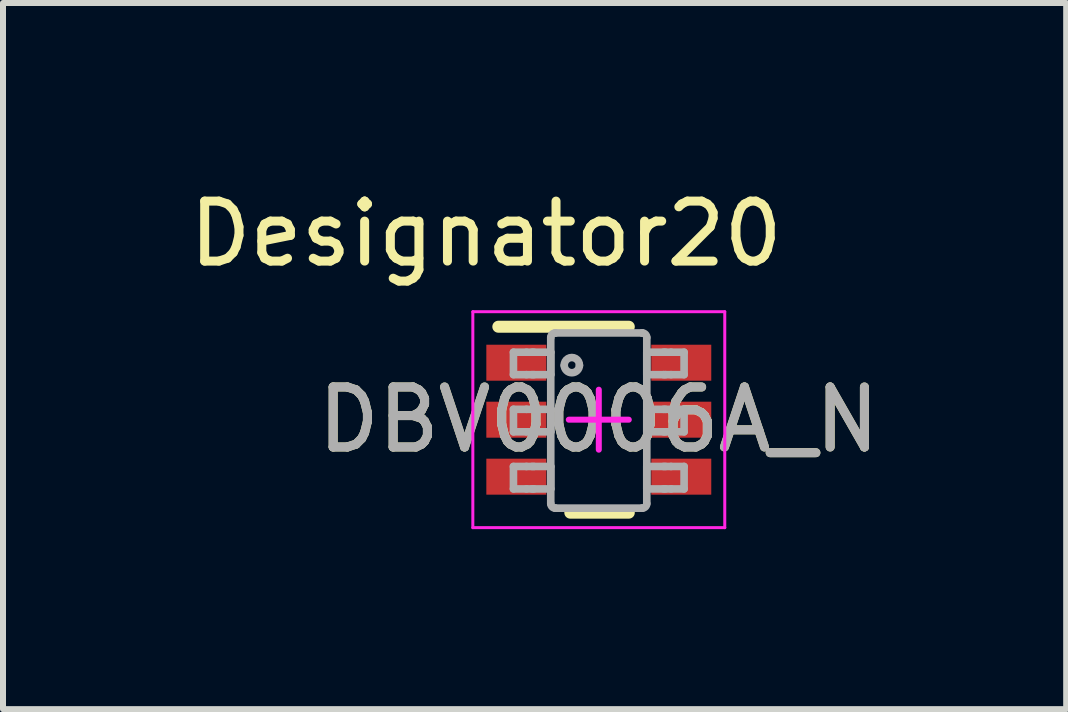
<source format=kicad_pcb>
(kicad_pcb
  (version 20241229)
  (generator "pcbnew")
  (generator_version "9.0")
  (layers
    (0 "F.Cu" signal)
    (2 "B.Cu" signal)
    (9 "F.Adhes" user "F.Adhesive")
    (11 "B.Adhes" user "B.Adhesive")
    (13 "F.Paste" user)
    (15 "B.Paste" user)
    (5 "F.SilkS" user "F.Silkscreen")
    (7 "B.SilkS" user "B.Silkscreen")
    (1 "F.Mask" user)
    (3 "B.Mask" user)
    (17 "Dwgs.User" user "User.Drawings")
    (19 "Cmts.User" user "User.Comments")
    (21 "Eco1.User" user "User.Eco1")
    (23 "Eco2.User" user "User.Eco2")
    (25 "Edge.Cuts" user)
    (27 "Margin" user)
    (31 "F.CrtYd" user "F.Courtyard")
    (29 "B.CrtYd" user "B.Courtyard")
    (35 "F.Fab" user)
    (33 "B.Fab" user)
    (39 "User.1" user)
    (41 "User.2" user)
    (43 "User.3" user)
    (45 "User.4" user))
  (footprint "DBV0006A_N"
    (layer "F.Cu")
    (at 6.933 3.947)
    (property "Reference" "DBV0006A_N" (at 0 0 0) (unlocked yes) (layer "F.SilkS") (effects (font (size 1 1) (thickness 0.15))))
    (attr smd)
    (fp_line (start -1.675 -1.55) (end 0.5 -1.55) (stroke (width 0.2) (type solid)) (layer "F.SilkS"))
    (fp_line (start -0.475 1.55) (end 0.5 1.55) (stroke (width 0.2) (type solid)) (layer "F.SilkS"))
    (fp_line (start -2.1 -1.8) (end 2.1 -1.8) (stroke (width 0.05) (type solid)) (layer "F.CrtYd"))
    (fp_line (start -2.1 1.8) (end -2.1 -1.8) (stroke (width 0.05) (type solid)) (layer "F.CrtYd"))
    (fp_line (start -2.1 1.8) (end 2.1 1.8) (stroke (width 0.05) (type solid)) (layer "F.CrtYd"))
    (fp_line (start -0.5 0) (end 0.5 0) (stroke (width 0.1) (type solid)) (layer "F.CrtYd"))
    (fp_line (start 0 0.5) (end 0 -0.5) (stroke (width 0.1) (type solid)) (layer "F.CrtYd"))
    (fp_line (start 2.1 1.8) (end 2.1 -1.8) (stroke (width 0.05) (type solid)) (layer "F.CrtYd"))
    (fp_line (start -1.423 -1.125) (end -1.206 -1.125) (stroke (width 0.127) (type solid)) (layer "F.Fab"))
    (fp_line (start -1.423 -0.751) (end -1.423 -1.125) (stroke (width 0.127) (type solid)) (layer "F.Fab"))
    (fp_line (start -1.423 -0.751) (end -1.206 -0.751) (stroke (width 0.127) (type solid)) (layer "F.Fab"))
    (fp_line (start -1.423 -0.173) (end -1.206 -0.173) (stroke (width 0.127) (type solid)) (layer "F.Fab"))
    (fp_line (start -1.423 0.202) (end -1.423 -0.173) (stroke (width 0.127) (type solid)) (layer "F.Fab"))
    (fp_line (start -1.423 0.202) (end -1.206 0.202) (stroke (width 0.127) (type solid)) (layer "F.Fab"))
    (fp_line (start -1.423 0.78) (end -1.206 0.78) (stroke (width 0.127) (type solid)) (layer "F.Fab"))
    (fp_line (start -1.423 1.154) (end -1.423 0.78) (stroke (width 0.127) (type solid)) (layer "F.Fab"))
    (fp_line (start -1.423 1.154) (end -1.206 1.154) (stroke (width 0.127) (type solid)) (layer "F.Fab"))
    (fp_line (start -1.206 -1.125) (end -1.113 -1.125) (stroke (width 0.127) (type solid)) (layer "F.Fab"))
    (fp_line (start -1.206 -0.751) (end -1.113 -0.751) (stroke (width 0.127) (type solid)) (layer "F.Fab"))
    (fp_line (start -1.206 -0.173) (end -1.113 -0.173) (stroke (width 0.127) (type solid)) (layer "F.Fab"))
    (fp_line (start -1.206 0.202) (end -1.113 0.202) (stroke (width 0.127) (type solid)) (layer "F.Fab"))
    (fp_line (start -1.206 0.78) (end -1.113 0.78) (stroke (width 0.127) (type solid)) (layer "F.Fab"))
    (fp_line (start -1.206 1.154) (end -1.113 1.154) (stroke (width 0.127) (type solid)) (layer "F.Fab"))
    (fp_line (start -1.113 -1.125) (end -1.081 -1.125) (stroke (width 0.127) (type solid)) (layer "F.Fab"))
    (fp_line (start -1.113 -0.751) (end -1.081 -0.751) (stroke (width 0.127) (type solid)) (layer "F.Fab"))
    (fp_line (start -1.113 -0.173) (end -1.081 -0.173) (stroke (width 0.127) (type solid)) (layer "F.Fab"))
    (fp_line (start -1.113 0.202) (end -1.081 0.202) (stroke (width 0.127) (type solid)) (layer "F.Fab"))
    (fp_line (start -1.113 0.78) (end -1.081 0.78) (stroke (width 0.127) (type solid)) (layer "F.Fab"))
    (fp_line (start -1.113 1.154) (end -1.081 1.154) (stroke (width 0.127) (type solid)) (layer "F.Fab"))
    (fp_line (start -1.081 -1.125) (end -0.828 -1.125) (stroke (width 0.127) (type solid)) (layer "F.Fab"))
    (fp_line (start -1.081 -0.751) (end -0.828 -0.751) (stroke (width 0.127) (type solid)) (layer "F.Fab"))
    (fp_line (start -1.081 -0.173) (end -0.828 -0.173) (stroke (width 0.127) (type solid)) (layer "F.Fab"))
    (fp_line (start -1.081 0.202) (end -0.828 0.202) (stroke (width 0.127) (type solid)) (layer "F.Fab"))
    (fp_line (start -1.081 0.78) (end -0.828 0.78) (stroke (width 0.127) (type solid)) (layer "F.Fab"))
    (fp_line (start -1.081 1.154) (end -0.828 1.154) (stroke (width 0.127) (type solid)) (layer "F.Fab"))
    (fp_line (start -0.828 -1.125) (end -0.801 -1.125) (stroke (width 0.127) (type solid)) (layer "F.Fab"))
    (fp_line (start -0.828 -0.751) (end -0.801 -0.751) (stroke (width 0.127) (type solid)) (layer "F.Fab"))
    (fp_line (start -0.828 -0.173) (end -0.801 -0.173) (stroke (width 0.127) (type solid)) (layer "F.Fab"))
    (fp_line (start -0.828 0.202) (end -0.801 0.202) (stroke (width 0.127) (type solid)) (layer "F.Fab"))
    (fp_line (start -0.828 0.78) (end -0.801 0.78) (stroke (width 0.127) (type solid)) (layer "F.Fab"))
    (fp_line (start -0.828 1.154) (end -0.801 1.154) (stroke (width 0.127) (type solid)) (layer "F.Fab"))
    (fp_line (start -0.801 -0.751) (end -0.801 -1.125) (stroke (width 0.127) (type solid)) (layer "F.Fab"))
    (fp_line (start -0.801 0.202) (end -0.801 -0.173) (stroke (width 0.127) (type solid)) (layer "F.Fab"))
    (fp_line (start -0.801 1.154) (end -0.801 0.78) (stroke (width 0.127) (type solid)) (layer "F.Fab"))
    (fp_line (start -0.801 1.399) (end -0.801 -1.37) (stroke (width 0.127) (type solid)) (layer "F.Fab"))
    (fp_line (start -0.725 -1.446) (end -0.724 -1.446) (stroke (width 0.127) (type solid)) (layer "F.Fab"))
    (fp_line (start -0.725 1.475) (end -0.724 1.475) (stroke (width 0.127) (type solid)) (layer "F.Fab"))
    (fp_line (start -0.724 -1.446) (end 0.723 -1.446) (stroke (width 0.127) (type solid)) (layer "F.Fab"))
    (fp_line (start -0.724 1.475) (end 0.723 1.475) (stroke (width 0.127) (type solid)) (layer "F.Fab"))
    (fp_line (start 0.723 -1.446) (end 0.724 -1.446) (stroke (width 0.127) (type solid)) (layer "F.Fab"))
    (fp_line (start 0.723 1.475) (end 0.724 1.475) (stroke (width 0.127) (type solid)) (layer "F.Fab"))
    (fp_line (start 0.8 -1.125) (end 0.827 -1.125) (stroke (width 0.127) (type solid)) (layer "F.Fab"))
    (fp_line (start 0.8 -0.751) (end 0.8 -1.125) (stroke (width 0.127) (type solid)) (layer "F.Fab"))
    (fp_line (start 0.8 -0.751) (end 0.827 -0.751) (stroke (width 0.127) (type solid)) (layer "F.Fab"))
    (fp_line (start 0.8 -0.173) (end 0.827 -0.173) (stroke (width 0.127) (type solid)) (layer "F.Fab"))
    (fp_line (start 0.8 0.202) (end 0.8 -0.173) (stroke (width 0.127) (type solid)) (layer "F.Fab"))
    (fp_line (start 0.8 0.202) (end 0.827 0.202) (stroke (width 0.127) (type solid)) (layer "F.Fab"))
    (fp_line (start 0.8 0.78) (end 0.827 0.78) (stroke (width 0.127) (type solid)) (layer "F.Fab"))
    (fp_line (start 0.8 1.154) (end 0.8 0.78) (stroke (width 0.127) (type solid)) (layer "F.Fab"))
    (fp_line (start 0.8 1.154) (end 0.827 1.154) (stroke (width 0.127) (type solid)) (layer "F.Fab"))
    (fp_line (start 0.8 1.399) (end 0.8 -1.37) (stroke (width 0.127) (type solid)) (layer "F.Fab"))
    (fp_line (start 0.827 -1.125) (end 1.08 -1.125) (stroke (width 0.127) (type solid)) (layer "F.Fab"))
    (fp_line (start 0.827 -0.751) (end 1.08 -0.751) (stroke (width 0.127) (type solid)) (layer "F.Fab"))
    (fp_line (start 0.827 -0.173) (end 1.08 -0.173) (stroke (width 0.127) (type solid)) (layer "F.Fab"))
    (fp_line (start 0.827 0.202) (end 1.08 0.202) (stroke (width 0.127) (type solid)) (layer "F.Fab"))
    (fp_line (start 0.827 0.78) (end 1.08 0.78) (stroke (width 0.127) (type solid)) (layer "F.Fab"))
    (fp_line (start 0.827 1.154) (end 1.08 1.154) (stroke (width 0.127) (type solid)) (layer "F.Fab"))
    (fp_line (start 1.08 -1.125) (end 1.112 -1.125) (stroke (width 0.127) (type solid)) (layer "F.Fab"))
    (fp_line (start 1.08 -0.751) (end 1.112 -0.751) (stroke (width 0.127) (type solid)) (layer "F.Fab"))
    (fp_line (start 1.08 -0.173) (end 1.112 -0.173) (stroke (width 0.127) (type solid)) (layer "F.Fab"))
    (fp_line (start 1.08 0.202) (end 1.112 0.202) (stroke (width 0.127) (type solid)) (layer "F.Fab"))
    (fp_line (start 1.08 0.78) (end 1.112 0.78) (stroke (width 0.127) (type solid)) (layer "F.Fab"))
    (fp_line (start 1.08 1.154) (end 1.112 1.154) (stroke (width 0.127) (type solid)) (layer "F.Fab"))
    (fp_line (start 1.112 -1.125) (end 1.205 -1.125) (stroke (width 0.127) (type solid)) (layer "F.Fab"))
    (fp_line (start 1.112 -0.751) (end 1.205 -0.751) (stroke (width 0.127) (type solid)) (layer "F.Fab"))
    (fp_line (start 1.112 -0.173) (end 1.205 -0.173) (stroke (width 0.127) (type solid)) (layer "F.Fab"))
    (fp_line (start 1.112 0.202) (end 1.205 0.202) (stroke (width 0.127) (type solid)) (layer "F.Fab"))
    (fp_line (start 1.112 0.78) (end 1.205 0.78) (stroke (width 0.127) (type solid)) (layer "F.Fab"))
    (fp_line (start 1.112 1.154) (end 1.205 1.154) (stroke (width 0.127) (type solid)) (layer "F.Fab"))
    (fp_line (start 1.205 -1.125) (end 1.422 -1.125) (stroke (width 0.127) (type solid)) (layer "F.Fab"))
    (fp_line (start 1.205 -0.751) (end 1.422 -0.751) (stroke (width 0.127) (type solid)) (layer "F.Fab"))
    (fp_line (start 1.205 -0.173) (end 1.422 -0.173) (stroke (width 0.127) (type solid)) (layer "F.Fab"))
    (fp_line (start 1.205 0.202) (end 1.422 0.202) (stroke (width 0.127) (type solid)) (layer "F.Fab"))
    (fp_line (start 1.205 0.78) (end 1.422 0.78) (stroke (width 0.127) (type solid)) (layer "F.Fab"))
    (fp_line (start 1.205 1.154) (end 1.422 1.154) (stroke (width 0.127) (type solid)) (layer "F.Fab"))
    (fp_line (start 1.422 -0.751) (end 1.422 -1.125) (stroke (width 0.127) (type solid)) (layer "F.Fab"))
    (fp_line (start 1.422 0.202) (end 1.422 -0.173) (stroke (width 0.127) (type solid)) (layer "F.Fab"))
    (fp_line (start 1.422 1.154) (end 1.422 0.78) (stroke (width 0.127) (type solid)) (layer "F.Fab"))
    (fp_arc (start -0.800692 -1.369901) (mid -0.778512 -1.423533) (end -0.724999 -1.446) (stroke (width 0.127) (type solid)) (layer "F.Fab"))
    (fp_arc (start -0.724999 1.475002) (mid -0.778507 1.452548) (end -0.800692 1.398928) (stroke (width 0.127) (type solid)) (layer "F.Fab"))
    (fp_arc (start -0.576537 -0.906071) (mid -0.449562 -1.033046) (end -0.322588 -0.906071) (stroke (width 0.127) (type solid)) (layer "F.Fab"))
    (fp_arc (start -0.322588 -0.906071) (mid -0.449562 -0.779097) (end -0.576537 -0.906071) (stroke (width 0.127) (type solid)) (layer "F.Fab"))
    (fp_arc (start 0.723841 -1.446) (mid 0.777341 -1.423528) (end 0.799508 -1.369901) (stroke (width 0.127) (type solid)) (layer "F.Fab"))
    (fp_arc (start 0.799508 1.398928) (mid 0.777336 1.452543) (end 0.723841 1.475002) (stroke (width 0.127) (type solid)) (layer "F.Fab"))
    (fp_text user "Designator20" (at -1.88 -3.099 0) (unlocked yes) (layer "F.SilkS") (effects (font (size 1 1) (thickness 0.15))))
    (fp_text user "${REFERENCE}" (at 0 0 0) (unlocked yes) (layer "F.Fab") (effects (font (size 1 1) (thickness 0.15))))
    (pad "1" smd rect (at -1.375 -0.95 90) (size 0.6 1) (layers "F.Cu" "F.Mask" "F.Paste"))
    (pad "2" smd rect (at -1.375 0 90) (size 0.6 1) (layers "F.Cu" "F.Mask" "F.Paste"))
    (pad "3" smd rect (at -1.375 0.95 90) (size 0.6 1) (layers "F.Cu" "F.Mask" "F.Paste"))
    (pad "4" smd rect (at 1.375 0.95 90) (size 0.6 1) (layers "F.Cu" "F.Mask" "F.Paste"))
    (pad "5" smd rect (at 1.375 0 90) (size 0.6 1) (layers "F.Cu" "F.Mask" "F.Paste"))
    (pad "6" smd rect (at 1.375 -0.95 90) (size 0.6 1) (layers "F.Cu" "F.Mask" "F.Paste")))
  (gr_rect
    (start -3 -3)
    (end 14.725 8.772)
    (stroke (width 0.1) (type default))
    (fill no)
    (layer "Edge.Cuts")))
</source>
